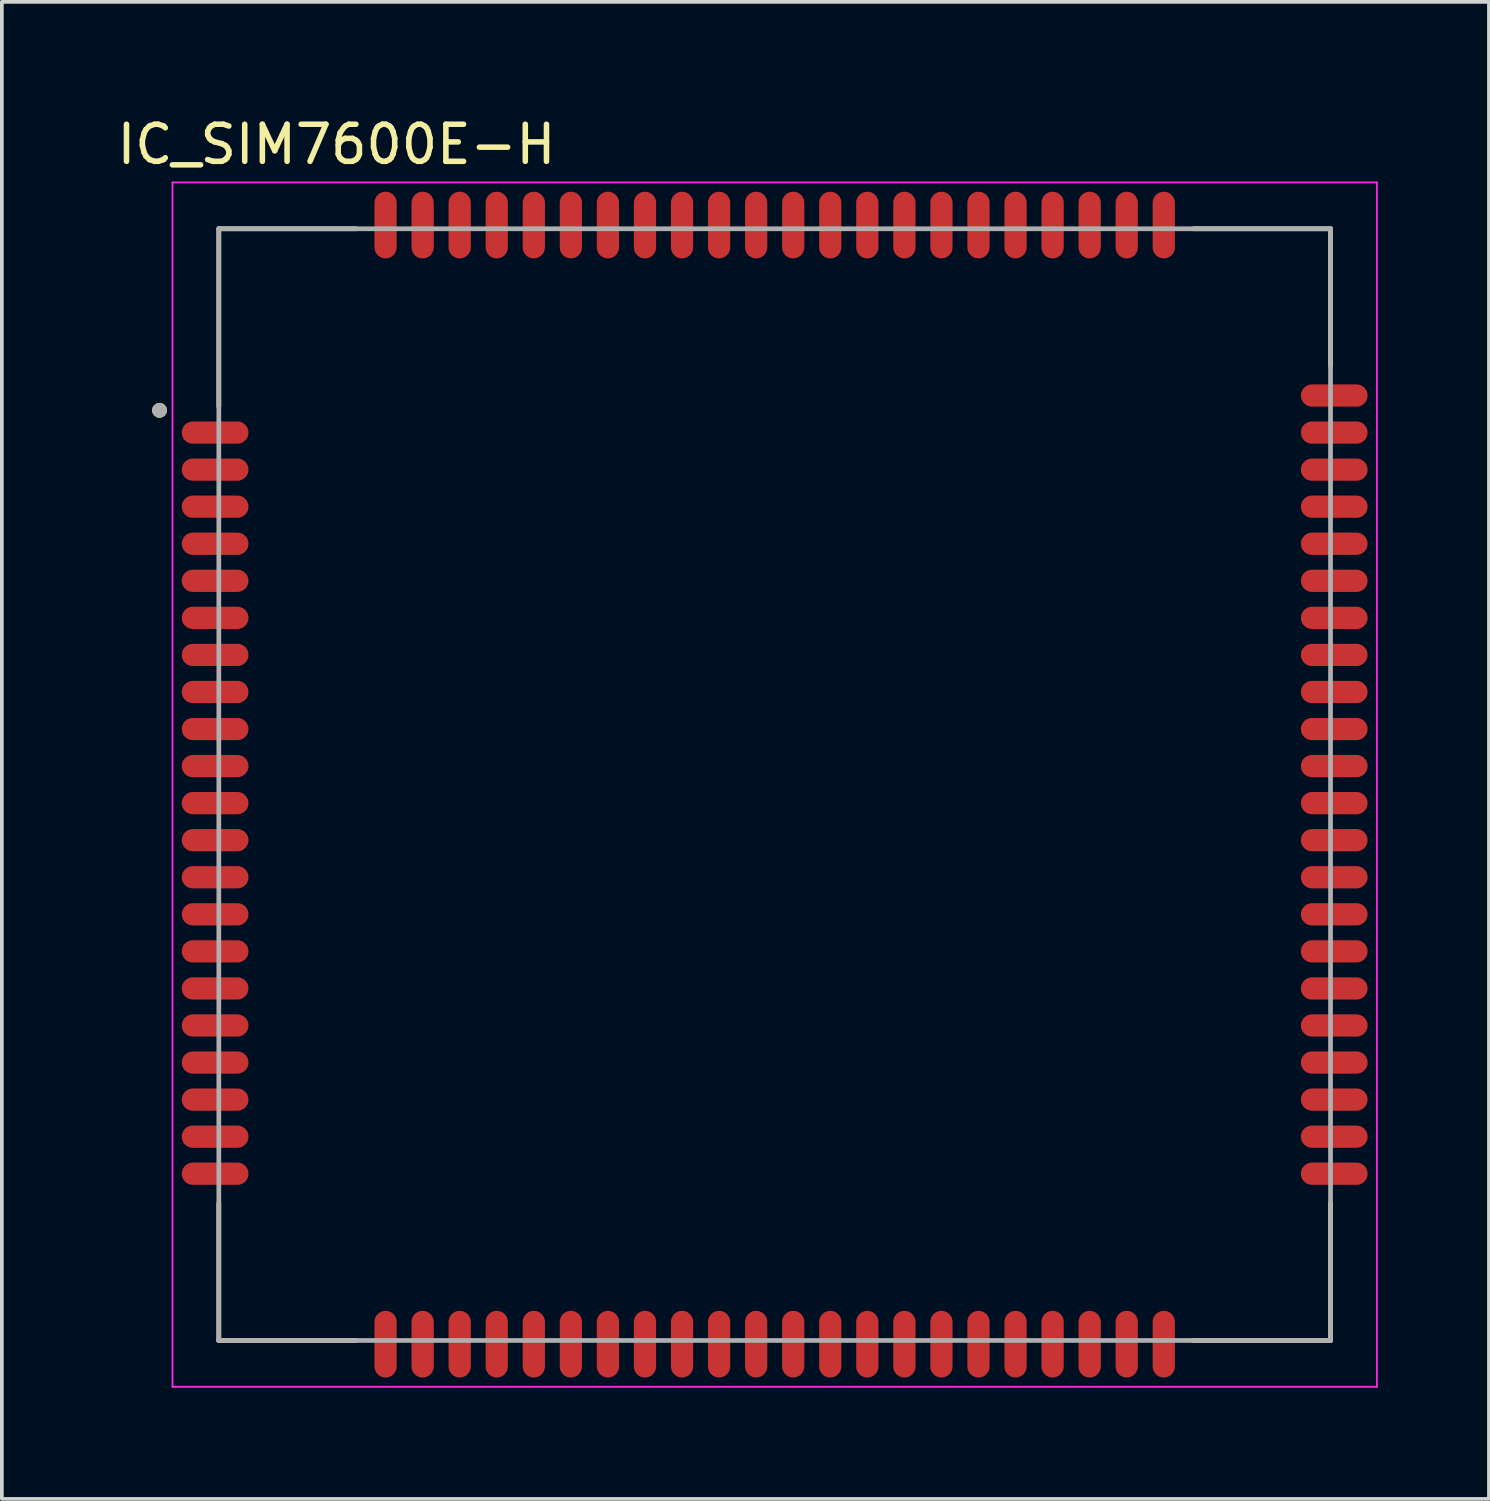
<source format=kicad_pcb>
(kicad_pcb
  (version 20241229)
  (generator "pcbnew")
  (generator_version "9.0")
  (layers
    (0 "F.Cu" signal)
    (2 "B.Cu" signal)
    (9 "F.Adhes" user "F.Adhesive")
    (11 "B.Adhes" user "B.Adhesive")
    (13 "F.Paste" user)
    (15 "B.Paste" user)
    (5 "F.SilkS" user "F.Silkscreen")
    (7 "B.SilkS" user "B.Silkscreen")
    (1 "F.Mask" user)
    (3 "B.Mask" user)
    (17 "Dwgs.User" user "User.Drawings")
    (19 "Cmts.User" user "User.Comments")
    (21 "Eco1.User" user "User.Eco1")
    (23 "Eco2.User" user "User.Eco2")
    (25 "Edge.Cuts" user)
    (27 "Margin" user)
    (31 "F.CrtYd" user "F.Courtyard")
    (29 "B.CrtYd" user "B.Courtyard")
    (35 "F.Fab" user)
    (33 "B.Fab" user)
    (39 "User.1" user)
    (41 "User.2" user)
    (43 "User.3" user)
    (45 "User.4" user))
  (footprint "IC_SIM7600E-H"
    (layer "F.Cu")
    (at 17.855 18.123)
    (property "Reference" "IC_SIM7600E-H" (at -11.825 -17.275 0) (layer "F.SilkS") (effects (font (size 1 1) (thickness 0.15))))
    (attr smd)
    (fp_line (start -15 -15) (end -11.3 -15) (stroke (width 0.127) (type solid)) (layer "F.SilkS"))
    (fp_line (start -15 -10.2) (end -15 -15) (stroke (width 0.127) (type solid)) (layer "F.SilkS"))
    (fp_line (start -15 15) (end -15 11.3) (stroke (width 0.127) (type solid)) (layer "F.SilkS"))
    (fp_line (start -11.3 15) (end -15 15) (stroke (width 0.127) (type solid)) (layer "F.SilkS"))
    (fp_line (start 11.3 -15) (end 15 -15) (stroke (width 0.127) (type solid)) (layer "F.SilkS"))
    (fp_line (start 15 -15) (end 15 -11.3) (stroke (width 0.127) (type solid)) (layer "F.SilkS"))
    (fp_line (start 15 11.3) (end 15 15) (stroke (width 0.127) (type solid)) (layer "F.SilkS"))
    (fp_line (start 15 15) (end 11.3 15) (stroke (width 0.127) (type solid)) (layer "F.SilkS"))
    (fp_circle (center -16.6 -10.1) (end -16.5 -10.1) (stroke (width 0.2) (type solid)) (fill no) (layer "F.SilkS"))
    (fp_line (start -16.25 -16.25) (end 16.25 -16.25) (stroke (width 0.05) (type solid)) (layer "F.CrtYd"))
    (fp_line (start -16.25 16.25) (end -16.25 -16.25) (stroke (width 0.05) (type solid)) (layer "F.CrtYd"))
    (fp_line (start 16.25 -16.25) (end 16.25 16.25) (stroke (width 0.05) (type solid)) (layer "F.CrtYd"))
    (fp_line (start 16.25 16.25) (end -16.25 16.25) (stroke (width 0.05) (type solid)) (layer "F.CrtYd"))
    (fp_line (start -15 -15) (end 15 -15) (stroke (width 0.127) (type solid)) (layer "F.Fab"))
    (fp_line (start -15 15) (end -15 -15) (stroke (width 0.127) (type solid)) (layer "F.Fab"))
    (fp_line (start 15 -15) (end 15 15) (stroke (width 0.127) (type solid)) (layer "F.Fab"))
    (fp_line (start 15 15) (end -15 15) (stroke (width 0.127) (type solid)) (layer "F.Fab"))
    (fp_circle (center -16.6 -10.1) (end -16.5 -10.1) (stroke (width 0.2) (type solid)) (fill no) (layer "F.Fab"))
    (pad "1" smd oval (at -15.1 -9.5) (size 1.8 0.6) (layers "F.Cu" "F.Mask" "F.Paste"))
    (pad "2" smd oval (at -15.1 -8.5) (size 1.8 0.6) (layers "F.Cu" "F.Mask" "F.Paste"))
    (pad "3" smd oval (at -15.1 -7.5) (size 1.8 0.6) (layers "F.Cu" "F.Mask" "F.Paste"))
    (pad "4" smd oval (at -15.1 -6.5) (size 1.8 0.6) (layers "F.Cu" "F.Mask" "F.Paste"))
    (pad "5" smd oval (at -15.1 -5.5) (size 1.8 0.6) (layers "F.Cu" "F.Mask" "F.Paste"))
    (pad "6" smd oval (at -15.1 -4.5) (size 1.8 0.6) (layers "F.Cu" "F.Mask" "F.Paste"))
    (pad "7" smd oval (at -15.1 -3.5) (size 1.8 0.6) (layers "F.Cu" "F.Mask" "F.Paste"))
    (pad "8" smd oval (at -15.1 -2.5) (size 1.8 0.6) (layers "F.Cu" "F.Mask" "F.Paste"))
    (pad "9" smd oval (at -15.1 -1.5) (size 1.8 0.6) (layers "F.Cu" "F.Mask" "F.Paste"))
    (pad "10" smd oval (at -15.1 -0.5) (size 1.8 0.6) (layers "F.Cu" "F.Mask" "F.Paste"))
    (pad "11" smd oval (at -15.1 0.5) (size 1.8 0.6) (layers "F.Cu" "F.Mask" "F.Paste"))
    (pad "12" smd oval (at -15.1 1.5) (size 1.8 0.6) (layers "F.Cu" "F.Mask" "F.Paste"))
    (pad "13" smd oval (at -15.1 2.5) (size 1.8 0.6) (layers "F.Cu" "F.Mask" "F.Paste"))
    (pad "14" smd oval (at -15.1 3.5) (size 1.8 0.6) (layers "F.Cu" "F.Mask" "F.Paste"))
    (pad "15" smd oval (at -15.1 4.5) (size 1.8 0.6) (layers "F.Cu" "F.Mask" "F.Paste"))
    (pad "16" smd oval (at -15.1 5.5) (size 1.8 0.6) (layers "F.Cu" "F.Mask" "F.Paste"))
    (pad "17" smd oval (at -15.1 6.5) (size 1.8 0.6) (layers "F.Cu" "F.Mask" "F.Paste"))
    (pad "18" smd oval (at -15.1 7.5) (size 1.8 0.6) (layers "F.Cu" "F.Mask" "F.Paste"))
    (pad "19" smd oval (at -15.1 8.5) (size 1.8 0.6) (layers "F.Cu" "F.Mask" "F.Paste"))
    (pad "20" smd oval (at -15.1 9.5) (size 1.8 0.6) (layers "F.Cu" "F.Mask" "F.Paste"))
    (pad "21" smd oval (at -9.5 15.1) (size 0.6 1.8) (layers "F.Cu" "F.Mask" "F.Paste"))
    (pad "22" smd oval (at -8.5 15.1) (size 0.6 1.8) (layers "F.Cu" "F.Mask" "F.Paste"))
    (pad "23" smd oval (at -7.5 15.1) (size 0.6 1.8) (layers "F.Cu" "F.Mask" "F.Paste"))
    (pad "24" smd oval (at -6.5 15.1) (size 0.6 1.8) (layers "F.Cu" "F.Mask" "F.Paste"))
    (pad "25" smd oval (at -5.5 15.1) (size 0.6 1.8) (layers "F.Cu" "F.Mask" "F.Paste"))
    (pad "26" smd oval (at -4.5 15.1) (size 0.6 1.8) (layers "F.Cu" "F.Mask" "F.Paste"))
    (pad "27" smd oval (at -3.5 15.1) (size 0.6 1.8) (layers "F.Cu" "F.Mask" "F.Paste"))
    (pad "28" smd oval (at -2.5 15.1) (size 0.6 1.8) (layers "F.Cu" "F.Mask" "F.Paste"))
    (pad "29" smd oval (at -1.5 15.1) (size 0.6 1.8) (layers "F.Cu" "F.Mask" "F.Paste"))
    (pad "30" smd oval (at -0.5 15.1) (size 0.6 1.8) (layers "F.Cu" "F.Mask" "F.Paste"))
    (pad "31" smd oval (at 0.5 15.1) (size 0.6 1.8) (layers "F.Cu" "F.Mask" "F.Paste"))
    (pad "32" smd oval (at 1.5 15.1) (size 0.6 1.8) (layers "F.Cu" "F.Mask" "F.Paste"))
    (pad "33" smd oval (at 2.5 15.1) (size 0.6 1.8) (layers "F.Cu" "F.Mask" "F.Paste"))
    (pad "34" smd oval (at 3.5 15.1) (size 0.6 1.8) (layers "F.Cu" "F.Mask" "F.Paste"))
    (pad "35" smd oval (at 4.5 15.1) (size 0.6 1.8) (layers "F.Cu" "F.Mask" "F.Paste"))
    (pad "36" smd oval (at 5.5 15.1) (size 0.6 1.8) (layers "F.Cu" "F.Mask" "F.Paste"))
    (pad "37" smd oval (at 6.5 15.1) (size 0.6 1.8) (layers "F.Cu" "F.Mask" "F.Paste"))
    (pad "38" smd oval (at 7.5 15.1) (size 0.6 1.8) (layers "F.Cu" "F.Mask" "F.Paste"))
    (pad "39" smd oval (at 8.5 15.1) (size 0.6 1.8) (layers "F.Cu" "F.Mask" "F.Paste"))
    (pad "40" smd oval (at 9.5 15.1) (size 0.6 1.8) (layers "F.Cu" "F.Mask" "F.Paste"))
    (pad "41" smd oval (at 15.1 9.5) (size 1.8 0.6) (layers "F.Cu" "F.Mask" "F.Paste"))
    (pad "42" smd oval (at 15.1 8.5) (size 1.8 0.6) (layers "F.Cu" "F.Mask" "F.Paste"))
    (pad "43" smd oval (at 15.1 7.5) (size 1.8 0.6) (layers "F.Cu" "F.Mask" "F.Paste"))
    (pad "44" smd oval (at 15.1 6.5) (size 1.8 0.6) (layers "F.Cu" "F.Mask" "F.Paste"))
    (pad "45" smd oval (at 15.1 5.5) (size 1.8 0.6) (layers "F.Cu" "F.Mask" "F.Paste"))
    (pad "46" smd oval (at 15.1 4.5) (size 1.8 0.6) (layers "F.Cu" "F.Mask" "F.Paste"))
    (pad "47" smd oval (at 15.1 3.5) (size 1.8 0.6) (layers "F.Cu" "F.Mask" "F.Paste"))
    (pad "48" smd oval (at 15.1 2.5) (size 1.8 0.6) (layers "F.Cu" "F.Mask" "F.Paste"))
    (pad "49" smd oval (at 15.1 1.5) (size 1.8 0.6) (layers "F.Cu" "F.Mask" "F.Paste"))
    (pad "50" smd oval (at 15.1 0.5) (size 1.8 0.6) (layers "F.Cu" "F.Mask" "F.Paste"))
    (pad "51" smd oval (at 15.1 -0.5) (size 1.8 0.6) (layers "F.Cu" "F.Mask" "F.Paste"))
    (pad "52" smd oval (at 15.1 -1.5) (size 1.8 0.6) (layers "F.Cu" "F.Mask" "F.Paste"))
    (pad "53" smd oval (at 15.1 -2.5) (size 1.8 0.6) (layers "F.Cu" "F.Mask" "F.Paste"))
    (pad "54" smd oval (at 15.1 -3.5) (size 1.8 0.6) (layers "F.Cu" "F.Mask" "F.Paste"))
    (pad "55" smd oval (at 15.1 -4.5) (size 1.8 0.6) (layers "F.Cu" "F.Mask" "F.Paste"))
    (pad "56" smd oval (at 15.1 -5.5) (size 1.8 0.6) (layers "F.Cu" "F.Mask" "F.Paste"))
    (pad "57" smd oval (at 15.1 -6.5) (size 1.8 0.6) (layers "F.Cu" "F.Mask" "F.Paste"))
    (pad "58" smd oval (at 15.1 -7.5) (size 1.8 0.6) (layers "F.Cu" "F.Mask" "F.Paste"))
    (pad "59" smd oval (at 15.1 -8.5) (size 1.8 0.6) (layers "F.Cu" "F.Mask" "F.Paste"))
    (pad "60" smd oval (at 15.1 -9.5) (size 1.8 0.6) (layers "F.Cu" "F.Mask" "F.Paste"))
    (pad "61" smd oval (at 9.5 -15.1) (size 0.6 1.8) (layers "F.Cu" "F.Mask" "F.Paste"))
    (pad "62" smd oval (at 8.5 -15.1) (size 0.6 1.8) (layers "F.Cu" "F.Mask" "F.Paste"))
    (pad "63" smd oval (at 7.5 -15.1) (size 0.6 1.8) (layers "F.Cu" "F.Mask" "F.Paste"))
    (pad "64" smd oval (at 6.5 -15.1) (size 0.6 1.8) (layers "F.Cu" "F.Mask" "F.Paste"))
    (pad "65" smd oval (at 5.5 -15.1) (size 0.6 1.8) (layers "F.Cu" "F.Mask" "F.Paste"))
    (pad "66" smd oval (at 4.5 -15.1) (size 0.6 1.8) (layers "F.Cu" "F.Mask" "F.Paste"))
    (pad "67" smd oval (at 3.5 -15.1) (size 0.6 1.8) (layers "F.Cu" "F.Mask" "F.Paste"))
    (pad "68" smd oval (at 2.5 -15.1) (size 0.6 1.8) (layers "F.Cu" "F.Mask" "F.Paste"))
    (pad "69" smd oval (at 1.5 -15.1) (size 0.6 1.8) (layers "F.Cu" "F.Mask" "F.Paste"))
    (pad "70" smd oval (at 0.5 -15.1) (size 0.6 1.8) (layers "F.Cu" "F.Mask" "F.Paste"))
    (pad "71" smd oval (at -0.5 -15.1) (size 0.6 1.8) (layers "F.Cu" "F.Mask" "F.Paste"))
    (pad "72" smd oval (at -1.5 -15.1) (size 0.6 1.8) (layers "F.Cu" "F.Mask" "F.Paste"))
    (pad "73" smd oval (at -2.5 -15.1) (size 0.6 1.8) (layers "F.Cu" "F.Mask" "F.Paste"))
    (pad "74" smd oval (at -3.5 -15.1) (size 0.6 1.8) (layers "F.Cu" "F.Mask" "F.Paste"))
    (pad "75" smd oval (at -4.5 -15.1) (size 0.6 1.8) (layers "F.Cu" "F.Mask" "F.Paste"))
    (pad "76" smd oval (at -5.5 -15.1) (size 0.6 1.8) (layers "F.Cu" "F.Mask" "F.Paste"))
    (pad "77" smd oval (at -6.5 -15.1) (size 0.6 1.8) (layers "F.Cu" "F.Mask" "F.Paste"))
    (pad "78" smd oval (at -7.5 -15.1) (size 0.6 1.8) (layers "F.Cu" "F.Mask" "F.Paste"))
    (pad "79" smd oval (at -8.5 -15.1) (size 0.6 1.8) (layers "F.Cu" "F.Mask" "F.Paste"))
    (pad "80" smd oval (at -9.5 -15.1) (size 0.6 1.8) (layers "F.Cu" "F.Mask" "F.Paste"))
    (pad "81" smd oval (at -15.1 10.5) (size 1.8 0.6) (layers "F.Cu" "F.Mask" "F.Paste"))
    (pad "82" smd oval (at 15.1 10.5) (size 1.8 0.6) (layers "F.Cu" "F.Mask" "F.Paste"))
    (pad "83" smd oval (at 10.5 15.1) (size 0.6 1.8) (layers "F.Cu" "F.Mask" "F.Paste"))
    (pad "84" smd oval (at -10.5 15.1) (size 0.6 1.8) (layers "F.Cu" "F.Mask" "F.Paste"))
    (pad "85" smd oval (at 15.1 -10.5) (size 1.8 0.6) (layers "F.Cu" "F.Mask" "F.Paste"))
    (pad "86" smd oval (at -10.5 -15.1) (size 0.6 1.8) (layers "F.Cu" "F.Mask" "F.Paste"))
    (pad "87" smd oval (at 10.5 -15.1) (size 0.6 1.8) (layers "F.Cu" "F.Mask" "F.Paste"))
    (zone (net_name "") (layer "F.Cu") (hatch full 0.508) (connect_pads) (min_thickness 0.01) (filled_areas_thickness no) (keepout (tracks not_allowed) (vias not_allowed) (pads not_allowed) (copperpour not_allowed) (footprints allowed)) (placement (enabled no)) (fill) (polygon (pts (xy 4.055 7.423) (xy 6.455 7.423) (xy 6.455 9.823) (xy 4.055 9.823))))
    (zone (net_name "") (layers "F.Cu" "B.Cu") (hatch full 0.508) (connect_pads) (min_thickness 0.01) (filled_areas_thickness no) (keepout (tracks allowed) (vias not_allowed) (pads allowed) (copperpour allowed) (footprints allowed)) (placement (enabled no)) (fill) (polygon (pts (xy 4.055 7.423) (xy 6.455 7.423) (xy 6.455 9.823) (xy 4.055 9.823)))))
  (gr_rect
    (start -3 -3)
    (end 37.13 37.398)
    (stroke (width 0.1) (type default))
    (fill no)
    (layer "Edge.Cuts")))
</source>
